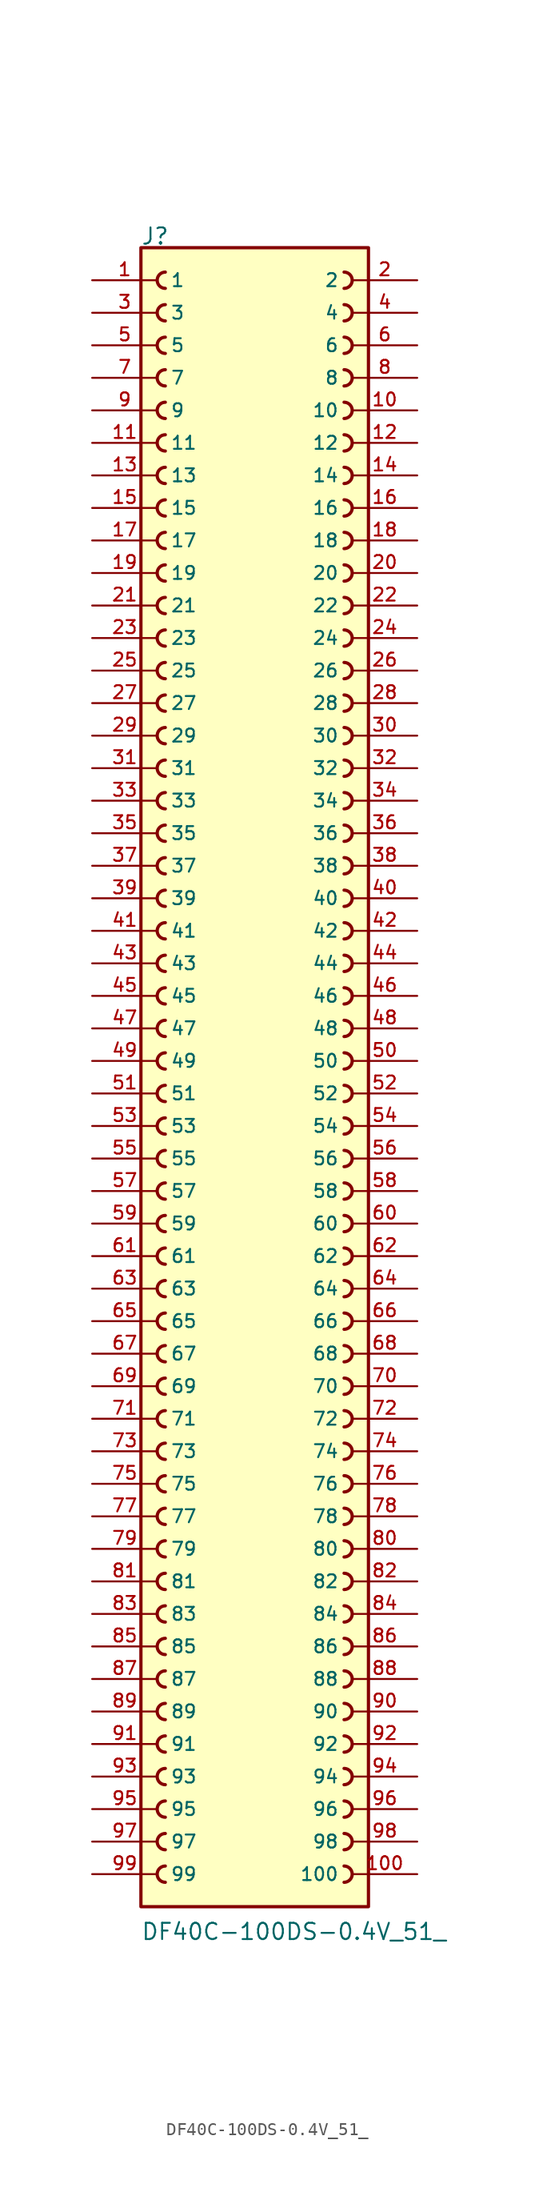
<source format=kicad_sym>
(kicad_symbol_lib
  (version 20211014)
  (generator kicad_symbol_editor)
  (symbol "DF40C-100DS-0.4V_51_"
    (pin_names
      (offset 1.016))
    (property "Reference" "J"
      (at -8.908 63.653 0)
      (effects (font (size 1.27 1.27)) (justify bottom left)))
    (property "Value" "DF40C-100DS-0.4V_51_"
      (at -8.906 -68.732 0)
      (effects (font (size 1.27 1.27)) (justify bottom left)))
    (symbol "DF40C-100DS-0.4V_51__0_0"
      (arc (start 6.985 60.325) (mid 7.62 60.96) (end 6.985 61.595) (stroke (width 0.254) (type default) (color 0 0 0 0)) (fill (type none)))
      (arc (start 6.985 57.785) (mid 7.62 58.42) (end 6.985 59.055) (stroke (width 0.254) (type default) (color 0 0 0 0)) (fill (type none)))
      (arc (start 6.985 55.245) (mid 7.62 55.88) (end 6.985 56.515) (stroke (width 0.254) (type default) (color 0 0 0 0)) (fill (type none)))
      (arc (start 6.985 52.705) (mid 7.62 53.34) (end 6.985 53.975) (stroke (width 0.254) (type default) (color 0 0 0 0)) (fill (type none)))
      (arc (start 6.985 50.165) (mid 7.62 50.8) (end 6.985 51.435) (stroke (width 0.254) (type default) (color 0 0 0 0)) (fill (type none)))
      (arc (start 6.985 47.625) (mid 7.62 48.26) (end 6.985 48.895) (stroke (width 0.254) (type default) (color 0 0 0 0)) (fill (type none)))
      (arc (start 6.985 45.085) (mid 7.62 45.72) (end 6.985 46.355) (stroke (width 0.254) (type default) (color 0 0 0 0)) (fill (type none)))
      (arc (start 6.985 42.545) (mid 7.62 43.18) (end 6.985 43.815) (stroke (width 0.254) (type default) (color 0 0 0 0)) (fill (type none)))
      (arc (start 6.985 40.005) (mid 7.62 40.64) (end 6.985 41.275) (stroke (width 0.254) (type default) (color 0 0 0 0)) (fill (type none)))
      (arc (start 6.985 37.465) (mid 7.62 38.1) (end 6.985 38.735) (stroke (width 0.254) (type default) (color 0 0 0 0)) (fill (type none)))
      (arc (start -6.985 38.735) (mid -7.62 38.1) (end -6.985 37.465) (stroke (width 0.254) (type default) (color 0 0 0 0)) (fill (type none)))
      (arc (start -6.985 41.275) (mid -7.62 40.64) (end -6.985 40.005) (stroke (width 0.254) (type default) (color 0 0 0 0)) (fill (type none)))
      (arc (start -6.985 43.815) (mid -7.62 43.18) (end -6.985 42.545) (stroke (width 0.254) (type default) (color 0 0 0 0)) (fill (type none)))
      (arc (start -6.985 46.355) (mid -7.62 45.72) (end -6.985 45.085) (stroke (width 0.254) (type default) (color 0 0 0 0)) (fill (type none)))
      (arc (start -6.985 48.895) (mid -7.62 48.26) (end -6.985 47.625) (stroke (width 0.254) (type default) (color 0 0 0 0)) (fill (type none)))
      (arc (start -6.985 51.435) (mid -7.62 50.8) (end -6.985 50.165) (stroke (width 0.254) (type default) (color 0 0 0 0)) (fill (type none)))
      (arc (start -6.985 53.975) (mid -7.62 53.34) (end -6.985 52.705) (stroke (width 0.254) (type default) (color 0 0 0 0)) (fill (type none)))
      (arc (start -6.985 56.515) (mid -7.62 55.88) (end -6.985 55.245) (stroke (width 0.254) (type default) (color 0 0 0 0)) (fill (type none)))
      (arc (start -6.985 59.055) (mid -7.62 58.42) (end -6.985 57.785) (stroke (width 0.254) (type default) (color 0 0 0 0)) (fill (type none)))
      (arc (start -6.985 61.595) (mid -7.62 60.96) (end -6.985 60.325) (stroke (width 0.254) (type default) (color 0 0 0 0)) (fill (type none)))
      (arc (start 6.985 34.925) (mid 7.62 35.56) (end 6.985 36.195) (stroke (width 0.254) (type default) (color 0 0 0 0)) (fill (type none)))
      (arc (start 6.985 32.385) (mid 7.62 33.02) (end 6.985 33.655) (stroke (width 0.254) (type default) (color 0 0 0 0)) (fill (type none)))
      (arc (start -6.985 33.655) (mid -7.62 33.02) (end -6.985 32.385) (stroke (width 0.254) (type default) (color 0 0 0 0)) (fill (type none)))
      (arc (start -6.985 36.195) (mid -7.62 35.56) (end -6.985 34.925) (stroke (width 0.254) (type default) (color 0 0 0 0)) (fill (type none)))
      (arc (start 6.985 29.845) (mid 7.62 30.48) (end 6.985 31.115) (stroke (width 0.254) (type default) (color 0 0 0 0)) (fill (type none)))
      (arc (start 6.985 27.305) (mid 7.62 27.94) (end 6.985 28.575) (stroke (width 0.254) (type default) (color 0 0 0 0)) (fill (type none)))
      (arc (start 6.985 24.765) (mid 7.62 25.4) (end 6.985 26.035) (stroke (width 0.254) (type default) (color 0 0 0 0)) (fill (type none)))
      (arc (start 6.985 22.225) (mid 7.62 22.86) (end 6.985 23.495) (stroke (width 0.254) (type default) (color 0 0 0 0)) (fill (type none)))
      (arc (start 6.985 19.685) (mid 7.62 20.32) (end 6.985 20.955) (stroke (width 0.254) (type default) (color 0 0 0 0)) (fill (type none)))
      (arc (start 6.985 17.145) (mid 7.62 17.78) (end 6.985 18.415) (stroke (width 0.254) (type default) (color 0 0 0 0)) (fill (type none)))
      (arc (start 6.985 14.605) (mid 7.62 15.24) (end 6.985 15.875) (stroke (width 0.254) (type default) (color 0 0 0 0)) (fill (type none)))
      (arc (start 6.985 12.065) (mid 7.62 12.7) (end 6.985 13.335) (stroke (width 0.254) (type default) (color 0 0 0 0)) (fill (type none)))
      (arc (start 6.985 9.525) (mid 7.62 10.16) (end 6.985 10.795) (stroke (width 0.254) (type default) (color 0 0 0 0)) (fill (type none)))
      (arc (start 6.985 6.985) (mid 7.62 7.62) (end 6.985 8.255) (stroke (width 0.254) (type default) (color 0 0 0 0)) (fill (type none)))
      (arc (start -6.985 8.255) (mid -7.62 7.62) (end -6.985 6.985) (stroke (width 0.254) (type default) (color 0 0 0 0)) (fill (type none)))
      (arc (start -6.985 10.795) (mid -7.62 10.16) (end -6.985 9.525) (stroke (width 0.254) (type default) (color 0 0 0 0)) (fill (type none)))
      (arc (start -6.985 13.335) (mid -7.62 12.7) (end -6.985 12.065) (stroke (width 0.254) (type default) (color 0 0 0 0)) (fill (type none)))
      (arc (start -6.985 15.875) (mid -7.62 15.24) (end -6.985 14.605) (stroke (width 0.254) (type default) (color 0 0 0 0)) (fill (type none)))
      (arc (start -6.985 18.415) (mid -7.62 17.78) (end -6.985 17.145) (stroke (width 0.254) (type default) (color 0 0 0 0)) (fill (type none)))
      (arc (start -6.985 20.955) (mid -7.62 20.32) (end -6.985 19.685) (stroke (width 0.254) (type default) (color 0 0 0 0)) (fill (type none)))
      (arc (start -6.985 23.495) (mid -7.62 22.86) (end -6.985 22.225) (stroke (width 0.254) (type default) (color 0 0 0 0)) (fill (type none)))
      (arc (start -6.985 26.035) (mid -7.62 25.4) (end -6.985 24.765) (stroke (width 0.254) (type default) (color 0 0 0 0)) (fill (type none)))
      (arc (start -6.985 28.575) (mid -7.62 27.94) (end -6.985 27.305) (stroke (width 0.254) (type default) (color 0 0 0 0)) (fill (type none)))
      (arc (start -6.985 31.115) (mid -7.62 30.48) (end -6.985 29.845) (stroke (width 0.254) (type default) (color 0 0 0 0)) (fill (type none)))
      (arc (start 6.985 4.445) (mid 7.62 5.08) (end 6.985 5.715) (stroke (width 0.254) (type default) (color 0 0 0 0)) (fill (type none)))
      (arc (start 6.985 1.905) (mid 7.62 2.54) (end 6.985 3.175) (stroke (width 0.254) (type default) (color 0 0 0 0)) (fill (type none)))
      (arc (start -6.985 3.175) (mid -7.62 2.54) (end -6.985 1.905) (stroke (width 0.254) (type default) (color 0 0 0 0)) (fill (type none)))
      (arc (start -6.985 5.715) (mid -7.62 5.08) (end -6.985 4.445) (stroke (width 0.254) (type default) (color 0 0 0 0)) (fill (type none)))
      (arc (start 6.985 -0.635) (mid 7.62 0.0) (end 6.985 0.635) (stroke (width 0.254) (type default) (color 0 0 0 0)) (fill (type none)))
      (arc (start -6.985 0.635) (mid -7.62 -0.0) (end -6.985 -0.635) (stroke (width 0.254) (type default) (color 0 0 0 0)) (fill (type none)))
      (arc (start 6.985 -3.175) (mid 7.62 -2.54) (end 6.985 -1.905) (stroke (width 0.254) (type default) (color 0 0 0 0)) (fill (type none)))
      (arc (start 6.985 -5.715) (mid 7.62 -5.08) (end 6.985 -4.445) (stroke (width 0.254) (type default) (color 0 0 0 0)) (fill (type none)))
      (arc (start 6.985 -8.255) (mid 7.62 -7.62) (end 6.985 -6.985) (stroke (width 0.254) (type default) (color 0 0 0 0)) (fill (type none)))
      (arc (start 6.985 -10.795) (mid 7.62 -10.16) (end 6.985 -9.525) (stroke (width 0.254) (type default) (color 0 0 0 0)) (fill (type none)))
      (arc (start 6.985 -13.335) (mid 7.62 -12.7) (end 6.985 -12.065) (stroke (width 0.254) (type default) (color 0 0 0 0)) (fill (type none)))
      (arc (start 6.985 -15.875) (mid 7.62 -15.24) (end 6.985 -14.605) (stroke (width 0.254) (type default) (color 0 0 0 0)) (fill (type none)))
      (arc (start 6.985 -18.415) (mid 7.62 -17.78) (end 6.985 -17.145) (stroke (width 0.254) (type default) (color 0 0 0 0)) (fill (type none)))
      (arc (start 6.985 -20.955) (mid 7.62 -20.32) (end 6.985 -19.685) (stroke (width 0.254) (type default) (color 0 0 0 0)) (fill (type none)))
      (arc (start 6.985 -23.495) (mid 7.62 -22.86) (end 6.985 -22.225) (stroke (width 0.254) (type default) (color 0 0 0 0)) (fill (type none)))
      (arc (start 6.985 -26.035) (mid 7.62 -25.4) (end 6.985 -24.765) (stroke (width 0.254) (type default) (color 0 0 0 0)) (fill (type none)))
      (arc (start -6.985 -24.765) (mid -7.62 -25.4) (end -6.985 -26.035) (stroke (width 0.254) (type default) (color 0 0 0 0)) (fill (type none)))
      (arc (start -6.985 -22.225) (mid -7.62 -22.86) (end -6.985 -23.495) (stroke (width 0.254) (type default) (color 0 0 0 0)) (fill (type none)))
      (arc (start -6.985 -19.685) (mid -7.62 -20.32) (end -6.985 -20.955) (stroke (width 0.254) (type default) (color 0 0 0 0)) (fill (type none)))
      (arc (start -6.985 -17.145) (mid -7.62 -17.78) (end -6.985 -18.415) (stroke (width 0.254) (type default) (color 0 0 0 0)) (fill (type none)))
      (arc (start -6.985 -14.605) (mid -7.62 -15.24) (end -6.985 -15.875) (stroke (width 0.254) (type default) (color 0 0 0 0)) (fill (type none)))
      (arc (start -6.985 -12.065) (mid -7.62 -12.7) (end -6.985 -13.335) (stroke (width 0.254) (type default) (color 0 0 0 0)) (fill (type none)))
      (arc (start -6.985 -9.525) (mid -7.62 -10.16) (end -6.985 -10.795) (stroke (width 0.254) (type default) (color 0 0 0 0)) (fill (type none)))
      (arc (start -6.985 -6.985) (mid -7.62 -7.62) (end -6.985 -8.255) (stroke (width 0.254) (type default) (color 0 0 0 0)) (fill (type none)))
      (arc (start -6.985 -4.445) (mid -7.62 -5.08) (end -6.985 -5.715) (stroke (width 0.254) (type default) (color 0 0 0 0)) (fill (type none)))
      (arc (start -6.985 -1.905) (mid -7.62 -2.54) (end -6.985 -3.175) (stroke (width 0.254) (type default) (color 0 0 0 0)) (fill (type none)))
      (arc (start 6.985 -28.575) (mid 7.62 -27.94) (end 6.985 -27.305) (stroke (width 0.254) (type default) (color 0 0 0 0)) (fill (type none)))
      (arc (start 6.985 -31.115) (mid 7.62 -30.48) (end 6.985 -29.845) (stroke (width 0.254) (type default) (color 0 0 0 0)) (fill (type none)))
      (arc (start -6.985 -29.845) (mid -7.62 -30.48) (end -6.985 -31.115) (stroke (width 0.254) (type default) (color 0 0 0 0)) (fill (type none)))
      (arc (start -6.985 -27.305) (mid -7.62 -27.94) (end -6.985 -28.575) (stroke (width 0.254) (type default) (color 0 0 0 0)) (fill (type none)))
      (arc (start 6.985 -33.655) (mid 7.62 -33.02) (end 6.985 -32.385) (stroke (width 0.254) (type default) (color 0 0 0 0)) (fill (type none)))
      (arc (start 6.985 -36.195) (mid 7.62 -35.56) (end 6.985 -34.925) (stroke (width 0.254) (type default) (color 0 0 0 0)) (fill (type none)))
      (arc (start 6.985 -38.735) (mid 7.62 -38.1) (end 6.985 -37.465) (stroke (width 0.254) (type default) (color 0 0 0 0)) (fill (type none)))
      (arc (start 6.985 -41.275) (mid 7.62 -40.64) (end 6.985 -40.005) (stroke (width 0.254) (type default) (color 0 0 0 0)) (fill (type none)))
      (arc (start 6.985 -43.815) (mid 7.62 -43.18) (end 6.985 -42.545) (stroke (width 0.254) (type default) (color 0 0 0 0)) (fill (type none)))
      (arc (start 6.985 -46.355) (mid 7.62 -45.72) (end 6.985 -45.085) (stroke (width 0.254) (type default) (color 0 0 0 0)) (fill (type none)))
      (arc (start 6.985 -48.895) (mid 7.62 -48.26) (end 6.985 -47.625) (stroke (width 0.254) (type default) (color 0 0 0 0)) (fill (type none)))
      (arc (start 6.985 -51.435) (mid 7.62 -50.8) (end 6.985 -50.165) (stroke (width 0.254) (type default) (color 0 0 0 0)) (fill (type none)))
      (arc (start 6.985 -53.975) (mid 7.62 -53.34) (end 6.985 -52.705) (stroke (width 0.254) (type default) (color 0 0 0 0)) (fill (type none)))
      (arc (start 6.985 -56.515) (mid 7.62 -55.88) (end 6.985 -55.245) (stroke (width 0.254) (type default) (color 0 0 0 0)) (fill (type none)))
      (arc (start -6.985 -55.245) (mid -7.62 -55.88) (end -6.985 -56.515) (stroke (width 0.254) (type default) (color 0 0 0 0)) (fill (type none)))
      (arc (start -6.985 -52.705) (mid -7.62 -53.34) (end -6.985 -53.975) (stroke (width 0.254) (type default) (color 0 0 0 0)) (fill (type none)))
      (arc (start -6.985 -50.165) (mid -7.62 -50.8) (end -6.985 -51.435) (stroke (width 0.254) (type default) (color 0 0 0 0)) (fill (type none)))
      (arc (start -6.985 -47.625) (mid -7.62 -48.26) (end -6.985 -48.895) (stroke (width 0.254) (type default) (color 0 0 0 0)) (fill (type none)))
      (arc (start -6.985 -45.085) (mid -7.62 -45.72) (end -6.985 -46.355) (stroke (width 0.254) (type default) (color 0 0 0 0)) (fill (type none)))
      (arc (start -6.985 -42.545) (mid -7.62 -43.18) (end -6.985 -43.815) (stroke (width 0.254) (type default) (color 0 0 0 0)) (fill (type none)))
      (arc (start -6.985 -40.005) (mid -7.62 -40.64) (end -6.985 -41.275) (stroke (width 0.254) (type default) (color 0 0 0 0)) (fill (type none)))
      (arc (start -6.985 -37.465) (mid -7.62 -38.1) (end -6.985 -38.735) (stroke (width 0.254) (type default) (color 0 0 0 0)) (fill (type none)))
      (arc (start -6.985 -34.925) (mid -7.62 -35.56) (end -6.985 -36.195) (stroke (width 0.254) (type default) (color 0 0 0 0)) (fill (type none)))
      (arc (start -6.985 -32.385) (mid -7.62 -33.02) (end -6.985 -33.655) (stroke (width 0.254) (type default) (color 0 0 0 0)) (fill (type none)))
      (arc (start 6.985 -59.055) (mid 7.62 -58.42) (end 6.985 -57.785) (stroke (width 0.254) (type default) (color 0 0 0 0)) (fill (type none)))
      (arc (start 6.985 -61.595) (mid 7.62 -60.96) (end 6.985 -60.325) (stroke (width 0.254) (type default) (color 0 0 0 0)) (fill (type none)))
      (arc (start -6.985 -60.325) (mid -7.62 -60.96) (end -6.985 -61.595) (stroke (width 0.254) (type default) (color 0 0 0 0)) (fill (type none)))
      (arc (start -6.985 -57.785) (mid -7.62 -58.42) (end -6.985 -59.055) (stroke (width 0.254) (type default) (color 0 0 0 0)) (fill (type none)))
      (arc (start 6.985 -64.135) (mid 7.62 -63.5) (end 6.985 -62.865) (stroke (width 0.254) (type default) (color 0 0 0 0)) (fill (type none)))
      (arc (start -6.985 -62.865) (mid -7.62 -63.5) (end -6.985 -64.135) (stroke (width 0.254) (type default) (color 0 0 0 0)) (fill (type none)))
      (rectangle (start -8.89 -66.04) (end 8.89 63.5) (stroke (width 0.254)) (fill (type background)))
      (pin passive line (at -12.7 60.96 0) (length 5.08) (name "1" (effects (font (size 1.016 1.016)))) (number "1" (effects (font (size 1.016 1.016)))))
      (pin passive line (at 12.7 60.96 180.0) (length 5.08) (name "2" (effects (font (size 1.016 1.016)))) (number "2" (effects (font (size 1.016 1.016)))))
      (pin passive line (at -12.7 58.42 0) (length 5.08) (name "3" (effects (font (size 1.016 1.016)))) (number "3" (effects (font (size 1.016 1.016)))))
      (pin passive line (at 12.7 58.42 180.0) (length 5.08) (name "4" (effects (font (size 1.016 1.016)))) (number "4" (effects (font (size 1.016 1.016)))))
      (pin passive line (at -12.7 55.88 0) (length 5.08) (name "5" (effects (font (size 1.016 1.016)))) (number "5" (effects (font (size 1.016 1.016)))))
      (pin passive line (at 12.7 55.88 180.0) (length 5.08) (name "6" (effects (font (size 1.016 1.016)))) (number "6" (effects (font (size 1.016 1.016)))))
      (pin passive line (at -12.7 53.34 0) (length 5.08) (name "7" (effects (font (size 1.016 1.016)))) (number "7" (effects (font (size 1.016 1.016)))))
      (pin passive line (at 12.7 53.34 180.0) (length 5.08) (name "8" (effects (font (size 1.016 1.016)))) (number "8" (effects (font (size 1.016 1.016)))))
      (pin passive line (at -12.7 50.8 0) (length 5.08) (name "9" (effects (font (size 1.016 1.016)))) (number "9" (effects (font (size 1.016 1.016)))))
      (pin passive line (at 12.7 50.8 180.0) (length 5.08) (name "10" (effects (font (size 1.016 1.016)))) (number "10" (effects (font (size 1.016 1.016)))))
      (pin passive line (at -12.7 48.26 0) (length 5.08) (name "11" (effects (font (size 1.016 1.016)))) (number "11" (effects (font (size 1.016 1.016)))))
      (pin passive line (at 12.7 48.26 180.0) (length 5.08) (name "12" (effects (font (size 1.016 1.016)))) (number "12" (effects (font (size 1.016 1.016)))))
      (pin passive line (at -12.7 45.72 0) (length 5.08) (name "13" (effects (font (size 1.016 1.016)))) (number "13" (effects (font (size 1.016 1.016)))))
      (pin passive line (at 12.7 45.72 180.0) (length 5.08) (name "14" (effects (font (size 1.016 1.016)))) (number "14" (effects (font (size 1.016 1.016)))))
      (pin passive line (at -12.7 43.18 0) (length 5.08) (name "15" (effects (font (size 1.016 1.016)))) (number "15" (effects (font (size 1.016 1.016)))))
      (pin passive line (at 12.7 43.18 180.0) (length 5.08) (name "16" (effects (font (size 1.016 1.016)))) (number "16" (effects (font (size 1.016 1.016)))))
      (pin passive line (at -12.7 40.64 0) (length 5.08) (name "17" (effects (font (size 1.016 1.016)))) (number "17" (effects (font (size 1.016 1.016)))))
      (pin passive line (at 12.7 40.64 180.0) (length 5.08) (name "18" (effects (font (size 1.016 1.016)))) (number "18" (effects (font (size 1.016 1.016)))))
      (pin passive line (at -12.7 38.1 0) (length 5.08) (name "19" (effects (font (size 1.016 1.016)))) (number "19" (effects (font (size 1.016 1.016)))))
      (pin passive line (at 12.7 38.1 180.0) (length 5.08) (name "20" (effects (font (size 1.016 1.016)))) (number "20" (effects (font (size 1.016 1.016)))))
      (pin passive line (at -12.7 35.56 0) (length 5.08) (name "21" (effects (font (size 1.016 1.016)))) (number "21" (effects (font (size 1.016 1.016)))))
      (pin passive line (at 12.7 35.56 180.0) (length 5.08) (name "22" (effects (font (size 1.016 1.016)))) (number "22" (effects (font (size 1.016 1.016)))))
      (pin passive line (at -12.7 33.02 0) (length 5.08) (name "23" (effects (font (size 1.016 1.016)))) (number "23" (effects (font (size 1.016 1.016)))))
      (pin passive line (at 12.7 33.02 180.0) (length 5.08) (name "24" (effects (font (size 1.016 1.016)))) (number "24" (effects (font (size 1.016 1.016)))))
      (pin passive line (at -12.7 30.48 0) (length 5.08) (name "25" (effects (font (size 1.016 1.016)))) (number "25" (effects (font (size 1.016 1.016)))))
      (pin passive line (at 12.7 30.48 180.0) (length 5.08) (name "26" (effects (font (size 1.016 1.016)))) (number "26" (effects (font (size 1.016 1.016)))))
      (pin passive line (at -12.7 27.94 0) (length 5.08) (name "27" (effects (font (size 1.016 1.016)))) (number "27" (effects (font (size 1.016 1.016)))))
      (pin passive line (at 12.7 27.94 180.0) (length 5.08) (name "28" (effects (font (size 1.016 1.016)))) (number "28" (effects (font (size 1.016 1.016)))))
      (pin passive line (at -12.7 25.4 0) (length 5.08) (name "29" (effects (font (size 1.016 1.016)))) (number "29" (effects (font (size 1.016 1.016)))))
      (pin passive line (at 12.7 25.4 180.0) (length 5.08) (name "30" (effects (font (size 1.016 1.016)))) (number "30" (effects (font (size 1.016 1.016)))))
      (pin passive line (at -12.7 22.86 0) (length 5.08) (name "31" (effects (font (size 1.016 1.016)))) (number "31" (effects (font (size 1.016 1.016)))))
      (pin passive line (at 12.7 22.86 180.0) (length 5.08) (name "32" (effects (font (size 1.016 1.016)))) (number "32" (effects (font (size 1.016 1.016)))))
      (pin passive line (at -12.7 20.32 0) (length 5.08) (name "33" (effects (font (size 1.016 1.016)))) (number "33" (effects (font (size 1.016 1.016)))))
      (pin passive line (at 12.7 20.32 180.0) (length 5.08) (name "34" (effects (font (size 1.016 1.016)))) (number "34" (effects (font (size 1.016 1.016)))))
      (pin passive line (at -12.7 17.78 0) (length 5.08) (name "35" (effects (font (size 1.016 1.016)))) (number "35" (effects (font (size 1.016 1.016)))))
      (pin passive line (at 12.7 17.78 180.0) (length 5.08) (name "36" (effects (font (size 1.016 1.016)))) (number "36" (effects (font (size 1.016 1.016)))))
      (pin passive line (at -12.7 15.24 0) (length 5.08) (name "37" (effects (font (size 1.016 1.016)))) (number "37" (effects (font (size 1.016 1.016)))))
      (pin passive line (at 12.7 15.24 180.0) (length 5.08) (name "38" (effects (font (size 1.016 1.016)))) (number "38" (effects (font (size 1.016 1.016)))))
      (pin passive line (at -12.7 12.7 0) (length 5.08) (name "39" (effects (font (size 1.016 1.016)))) (number "39" (effects (font (size 1.016 1.016)))))
      (pin passive line (at 12.7 12.7 180.0) (length 5.08) (name "40" (effects (font (size 1.016 1.016)))) (number "40" (effects (font (size 1.016 1.016)))))
      (pin passive line (at -12.7 10.16 0) (length 5.08) (name "41" (effects (font (size 1.016 1.016)))) (number "41" (effects (font (size 1.016 1.016)))))
      (pin passive line (at 12.7 10.16 180.0) (length 5.08) (name "42" (effects (font (size 1.016 1.016)))) (number "42" (effects (font (size 1.016 1.016)))))
      (pin passive line (at -12.7 7.62 0) (length 5.08) (name "43" (effects (font (size 1.016 1.016)))) (number "43" (effects (font (size 1.016 1.016)))))
      (pin passive line (at 12.7 7.62 180.0) (length 5.08) (name "44" (effects (font (size 1.016 1.016)))) (number "44" (effects (font (size 1.016 1.016)))))
      (pin passive line (at -12.7 5.08 0) (length 5.08) (name "45" (effects (font (size 1.016 1.016)))) (number "45" (effects (font (size 1.016 1.016)))))
      (pin passive line (at 12.7 5.08 180.0) (length 5.08) (name "46" (effects (font (size 1.016 1.016)))) (number "46" (effects (font (size 1.016 1.016)))))
      (pin passive line (at -12.7 2.54 0) (length 5.08) (name "47" (effects (font (size 1.016 1.016)))) (number "47" (effects (font (size 1.016 1.016)))))
      (pin passive line (at 12.7 2.54 180.0) (length 5.08) (name "48" (effects (font (size 1.016 1.016)))) (number "48" (effects (font (size 1.016 1.016)))))
      (pin passive line (at -12.7 0.0 0) (length 5.08) (name "49" (effects (font (size 1.016 1.016)))) (number "49" (effects (font (size 1.016 1.016)))))
      (pin passive line (at 12.7 0.0 180.0) (length 5.08) (name "50" (effects (font (size 1.016 1.016)))) (number "50" (effects (font (size 1.016 1.016)))))
      (pin passive line (at -12.7 -2.54 0) (length 5.08) (name "51" (effects (font (size 1.016 1.016)))) (number "51" (effects (font (size 1.016 1.016)))))
      (pin passive line (at 12.7 -2.54 180.0) (length 5.08) (name "52" (effects (font (size 1.016 1.016)))) (number "52" (effects (font (size 1.016 1.016)))))
      (pin passive line (at -12.7 -5.08 0) (length 5.08) (name "53" (effects (font (size 1.016 1.016)))) (number "53" (effects (font (size 1.016 1.016)))))
      (pin passive line (at 12.7 -5.08 180.0) (length 5.08) (name "54" (effects (font (size 1.016 1.016)))) (number "54" (effects (font (size 1.016 1.016)))))
      (pin passive line (at -12.7 -7.62 0) (length 5.08) (name "55" (effects (font (size 1.016 1.016)))) (number "55" (effects (font (size 1.016 1.016)))))
      (pin passive line (at 12.7 -7.62 180.0) (length 5.08) (name "56" (effects (font (size 1.016 1.016)))) (number "56" (effects (font (size 1.016 1.016)))))
      (pin passive line (at -12.7 -10.16 0) (length 5.08) (name "57" (effects (font (size 1.016 1.016)))) (number "57" (effects (font (size 1.016 1.016)))))
      (pin passive line (at 12.7 -10.16 180.0) (length 5.08) (name "58" (effects (font (size 1.016 1.016)))) (number "58" (effects (font (size 1.016 1.016)))))
      (pin passive line (at -12.7 -12.7 0) (length 5.08) (name "59" (effects (font (size 1.016 1.016)))) (number "59" (effects (font (size 1.016 1.016)))))
      (pin passive line (at 12.7 -12.7 180.0) (length 5.08) (name "60" (effects (font (size 1.016 1.016)))) (number "60" (effects (font (size 1.016 1.016)))))
      (pin passive line (at -12.7 -15.24 0) (length 5.08) (name "61" (effects (font (size 1.016 1.016)))) (number "61" (effects (font (size 1.016 1.016)))))
      (pin passive line (at 12.7 -15.24 180.0) (length 5.08) (name "62" (effects (font (size 1.016 1.016)))) (number "62" (effects (font (size 1.016 1.016)))))
      (pin passive line (at -12.7 -17.78 0) (length 5.08) (name "63" (effects (font (size 1.016 1.016)))) (number "63" (effects (font (size 1.016 1.016)))))
      (pin passive line (at 12.7 -17.78 180.0) (length 5.08) (name "64" (effects (font (size 1.016 1.016)))) (number "64" (effects (font (size 1.016 1.016)))))
      (pin passive line (at -12.7 -20.32 0) (length 5.08) (name "65" (effects (font (size 1.016 1.016)))) (number "65" (effects (font (size 1.016 1.016)))))
      (pin passive line (at 12.7 -20.32 180.0) (length 5.08) (name "66" (effects (font (size 1.016 1.016)))) (number "66" (effects (font (size 1.016 1.016)))))
      (pin passive line (at -12.7 -22.86 0) (length 5.08) (name "67" (effects (font (size 1.016 1.016)))) (number "67" (effects (font (size 1.016 1.016)))))
      (pin passive line (at 12.7 -22.86 180.0) (length 5.08) (name "68" (effects (font (size 1.016 1.016)))) (number "68" (effects (font (size 1.016 1.016)))))
      (pin passive line (at -12.7 -25.4 0) (length 5.08) (name "69" (effects (font (size 1.016 1.016)))) (number "69" (effects (font (size 1.016 1.016)))))
      (pin passive line (at 12.7 -25.4 180.0) (length 5.08) (name "70" (effects (font (size 1.016 1.016)))) (number "70" (effects (font (size 1.016 1.016)))))
      (pin passive line (at -12.7 -27.94 0) (length 5.08) (name "71" (effects (font (size 1.016 1.016)))) (number "71" (effects (font (size 1.016 1.016)))))
      (pin passive line (at 12.7 -27.94 180.0) (length 5.08) (name "72" (effects (font (size 1.016 1.016)))) (number "72" (effects (font (size 1.016 1.016)))))
      (pin passive line (at -12.7 -30.48 0) (length 5.08) (name "73" (effects (font (size 1.016 1.016)))) (number "73" (effects (font (size 1.016 1.016)))))
      (pin passive line (at 12.7 -30.48 180.0) (length 5.08) (name "74" (effects (font (size 1.016 1.016)))) (number "74" (effects (font (size 1.016 1.016)))))
      (pin passive line (at -12.7 -33.02 0) (length 5.08) (name "75" (effects (font (size 1.016 1.016)))) (number "75" (effects (font (size 1.016 1.016)))))
      (pin passive line (at 12.7 -33.02 180.0) (length 5.08) (name "76" (effects (font (size 1.016 1.016)))) (number "76" (effects (font (size 1.016 1.016)))))
      (pin passive line (at -12.7 -35.56 0) (length 5.08) (name "77" (effects (font (size 1.016 1.016)))) (number "77" (effects (font (size 1.016 1.016)))))
      (pin passive line (at 12.7 -35.56 180.0) (length 5.08) (name "78" (effects (font (size 1.016 1.016)))) (number "78" (effects (font (size 1.016 1.016)))))
      (pin passive line (at -12.7 -38.1 0) (length 5.08) (name "79" (effects (font (size 1.016 1.016)))) (number "79" (effects (font (size 1.016 1.016)))))
      (pin passive line (at 12.7 -38.1 180.0) (length 5.08) (name "80" (effects (font (size 1.016 1.016)))) (number "80" (effects (font (size 1.016 1.016)))))
      (pin passive line (at -12.7 -40.64 0) (length 5.08) (name "81" (effects (font (size 1.016 1.016)))) (number "81" (effects (font (size 1.016 1.016)))))
      (pin passive line (at 12.7 -40.64 180.0) (length 5.08) (name "82" (effects (font (size 1.016 1.016)))) (number "82" (effects (font (size 1.016 1.016)))))
      (pin passive line (at -12.7 -43.18 0) (length 5.08) (name "83" (effects (font (size 1.016 1.016)))) (number "83" (effects (font (size 1.016 1.016)))))
      (pin passive line (at 12.7 -43.18 180.0) (length 5.08) (name "84" (effects (font (size 1.016 1.016)))) (number "84" (effects (font (size 1.016 1.016)))))
      (pin passive line (at -12.7 -45.72 0) (length 5.08) (name "85" (effects (font (size 1.016 1.016)))) (number "85" (effects (font (size 1.016 1.016)))))
      (pin passive line (at 12.7 -45.72 180.0) (length 5.08) (name "86" (effects (font (size 1.016 1.016)))) (number "86" (effects (font (size 1.016 1.016)))))
      (pin passive line (at -12.7 -48.26 0) (length 5.08) (name "87" (effects (font (size 1.016 1.016)))) (number "87" (effects (font (size 1.016 1.016)))))
      (pin passive line (at 12.7 -48.26 180.0) (length 5.08) (name "88" (effects (font (size 1.016 1.016)))) (number "88" (effects (font (size 1.016 1.016)))))
      (pin passive line (at -12.7 -50.8 0) (length 5.08) (name "89" (effects (font (size 1.016 1.016)))) (number "89" (effects (font (size 1.016 1.016)))))
      (pin passive line (at 12.7 -50.8 180.0) (length 5.08) (name "90" (effects (font (size 1.016 1.016)))) (number "90" (effects (font (size 1.016 1.016)))))
      (pin passive line (at -12.7 -53.34 0) (length 5.08) (name "91" (effects (font (size 1.016 1.016)))) (number "91" (effects (font (size 1.016 1.016)))))
      (pin passive line (at 12.7 -53.34 180.0) (length 5.08) (name "92" (effects (font (size 1.016 1.016)))) (number "92" (effects (font (size 1.016 1.016)))))
      (pin passive line (at -12.7 -55.88 0) (length 5.08) (name "93" (effects (font (size 1.016 1.016)))) (number "93" (effects (font (size 1.016 1.016)))))
      (pin passive line (at 12.7 -55.88 180.0) (length 5.08) (name "94" (effects (font (size 1.016 1.016)))) (number "94" (effects (font (size 1.016 1.016)))))
      (pin passive line (at -12.7 -58.42 0) (length 5.08) (name "95" (effects (font (size 1.016 1.016)))) (number "95" (effects (font (size 1.016 1.016)))))
      (pin passive line (at 12.7 -58.42 180.0) (length 5.08) (name "96" (effects (font (size 1.016 1.016)))) (number "96" (effects (font (size 1.016 1.016)))))
      (pin passive line (at -12.7 -60.96 0) (length 5.08) (name "97" (effects (font (size 1.016 1.016)))) (number "97" (effects (font (size 1.016 1.016)))))
      (pin passive line (at 12.7 -60.96 180.0) (length 5.08) (name "98" (effects (font (size 1.016 1.016)))) (number "98" (effects (font (size 1.016 1.016)))))
      (pin passive line (at -12.7 -63.5 0) (length 5.08) (name "99" (effects (font (size 1.016 1.016)))) (number "99" (effects (font (size 1.016 1.016)))))
      (pin passive line (at 12.7 -63.5 180.0) (length 5.08) (name "100" (effects (font (size 1.016 1.016)))) (number "100" (effects (font (size 1.016 1.016))))))))
</source>
